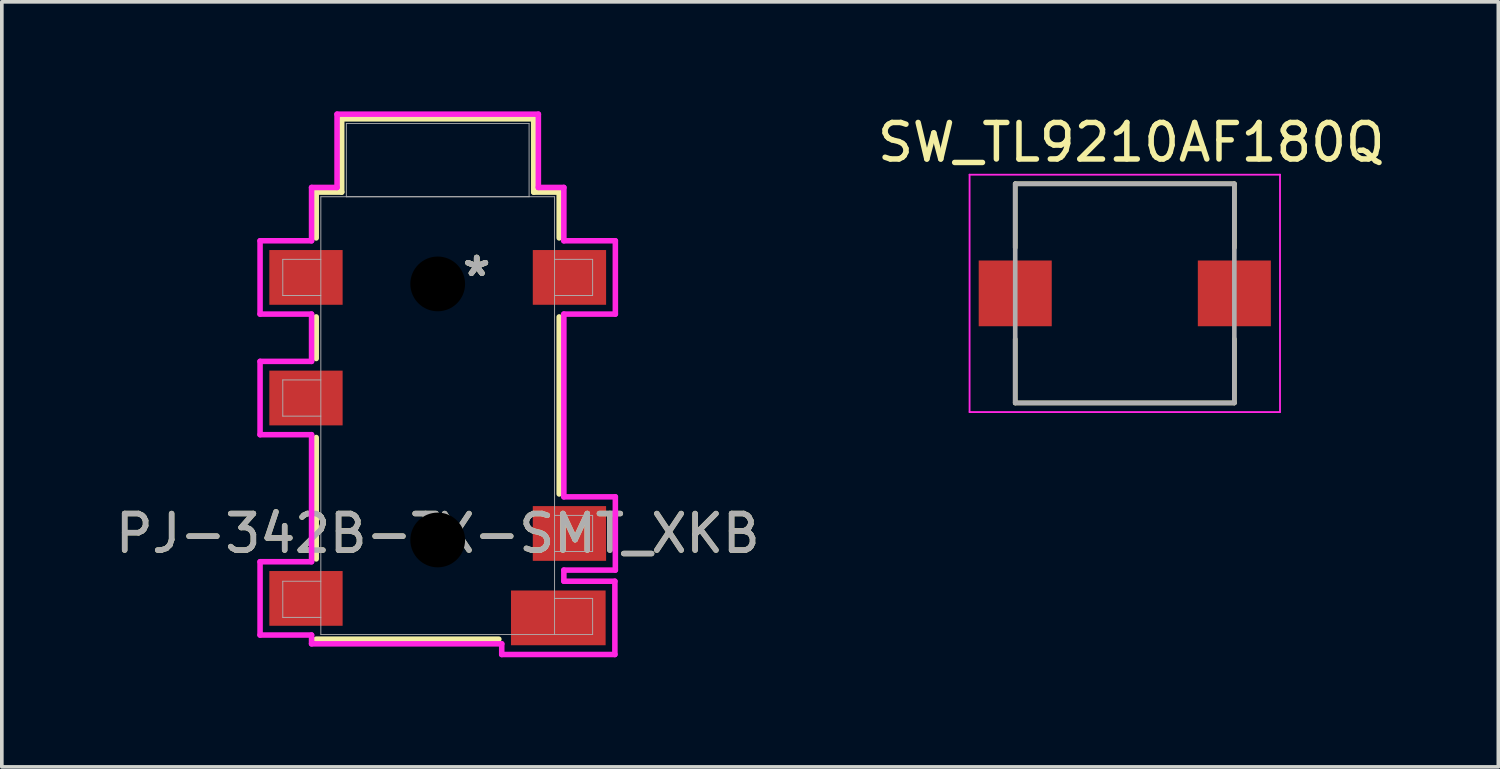
<source format=kicad_pcb>
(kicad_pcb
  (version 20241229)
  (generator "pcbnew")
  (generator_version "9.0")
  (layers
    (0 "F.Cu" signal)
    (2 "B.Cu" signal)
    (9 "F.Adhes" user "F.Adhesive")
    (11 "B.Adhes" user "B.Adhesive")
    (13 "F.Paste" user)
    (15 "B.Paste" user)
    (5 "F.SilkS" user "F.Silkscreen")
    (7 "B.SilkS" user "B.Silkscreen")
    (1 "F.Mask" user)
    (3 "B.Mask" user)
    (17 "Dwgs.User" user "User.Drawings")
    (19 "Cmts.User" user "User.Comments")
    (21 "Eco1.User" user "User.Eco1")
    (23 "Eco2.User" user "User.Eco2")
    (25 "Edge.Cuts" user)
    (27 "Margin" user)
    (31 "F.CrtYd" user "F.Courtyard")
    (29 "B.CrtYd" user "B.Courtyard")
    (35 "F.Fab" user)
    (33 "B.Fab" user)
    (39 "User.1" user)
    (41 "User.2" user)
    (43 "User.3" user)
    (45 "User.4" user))
  (footprint "PJ-342B-TX-SMT_XKB"
    (layer "F.Cu")
    (at 8.935 8.331)
    (property "Reference" "PJ-342B-TX-SMT_XKB" (at 0 3.226 0) (unlocked yes) (layer "F.SilkS") (effects (font (size 1 1) (thickness 0.15))))
    (attr smd)
    (fp_line (start -3.327 -6.121) (end -2.629 -6.121) (stroke (width 0.152) (type solid)) (layer "F.SilkS"))
    (fp_line (start -3.327 -4.867) (end -3.327 -6.121) (stroke (width 0.152) (type solid)) (layer "F.SilkS"))
    (fp_line (start -3.327 -1.565) (end -3.327 -2.703) (stroke (width 0.152) (type solid)) (layer "F.SilkS"))
    (fp_line (start -3.327 3.922) (end -3.327 0.599) (stroke (width 0.152) (type solid)) (layer "F.SilkS"))
    (fp_line (start -2.629 -8.128) (end 2.629 -8.128) (stroke (width 0.152) (type solid)) (layer "F.SilkS"))
    (fp_line (start -2.629 -6.121) (end -2.629 -8.128) (stroke (width 0.152) (type solid)) (layer "F.SilkS"))
    (fp_line (start 1.674 6.121) (end -3.327 6.121) (stroke (width 0.152) (type solid)) (layer "F.SilkS"))
    (fp_line (start 2.629 -8.128) (end 2.629 -6.121) (stroke (width 0.152) (type solid)) (layer "F.SilkS"))
    (fp_line (start 2.629 -6.121) (end 3.327 -6.121) (stroke (width 0.152) (type solid)) (layer "F.SilkS"))
    (fp_line (start 3.327 -6.121) (end 3.327 -4.867) (stroke (width 0.152) (type solid)) (layer "F.SilkS"))
    (fp_line (start 3.327 -2.703) (end 3.327 2.144) (stroke (width 0.152) (type solid)) (layer "F.SilkS"))
    (fp_line (start -4.864 -4.788) (end -4.864 -2.781) (stroke (width 0.152) (type solid)) (layer "F.CrtYd"))
    (fp_line (start -4.864 -2.781) (end -3.454 -2.781) (stroke (width 0.152) (type solid)) (layer "F.CrtYd"))
    (fp_line (start -4.864 -1.486) (end -4.864 0.521) (stroke (width 0.152) (type solid)) (layer "F.CrtYd"))
    (fp_line (start -4.864 0.521) (end -3.454 0.521) (stroke (width 0.152) (type solid)) (layer "F.CrtYd"))
    (fp_line (start -4.864 4) (end -4.864 6.007) (stroke (width 0.152) (type solid)) (layer "F.CrtYd"))
    (fp_line (start -4.864 6.007) (end -3.454 6.007) (stroke (width 0.152) (type solid)) (layer "F.CrtYd"))
    (fp_line (start -3.454 -6.248) (end -3.454 -4.788) (stroke (width 0.152) (type solid)) (layer "F.CrtYd"))
    (fp_line (start -3.454 -4.788) (end -4.864 -4.788) (stroke (width 0.152) (type solid)) (layer "F.CrtYd"))
    (fp_line (start -3.454 -2.781) (end -3.454 -1.486) (stroke (width 0.152) (type solid)) (layer "F.CrtYd"))
    (fp_line (start -3.454 -1.486) (end -4.864 -1.486) (stroke (width 0.152) (type solid)) (layer "F.CrtYd"))
    (fp_line (start -3.454 0.521) (end -3.454 4) (stroke (width 0.152) (type solid)) (layer "F.CrtYd"))
    (fp_line (start -3.454 4) (end -4.864 4) (stroke (width 0.152) (type solid)) (layer "F.CrtYd"))
    (fp_line (start -3.454 6.007) (end -3.454 6.248) (stroke (width 0.152) (type solid)) (layer "F.CrtYd"))
    (fp_line (start -3.454 6.248) (end 1.753 6.248) (stroke (width 0.152) (type solid)) (layer "F.CrtYd"))
    (fp_line (start -2.756 -8.255) (end -2.756 -6.248) (stroke (width 0.152) (type solid)) (layer "F.CrtYd"))
    (fp_line (start -2.756 -6.248) (end -3.454 -6.248) (stroke (width 0.152) (type solid)) (layer "F.CrtYd"))
    (fp_line (start 1.753 6.248) (end 1.753 6.54) (stroke (width 0.152) (type solid)) (layer "F.CrtYd"))
    (fp_line (start 1.753 6.54) (end 4.851 6.54) (stroke (width 0.152) (type solid)) (layer "F.CrtYd"))
    (fp_line (start 2.756 -8.255) (end -2.756 -8.255) (stroke (width 0.152) (type solid)) (layer "F.CrtYd"))
    (fp_line (start 2.756 -6.248) (end 2.756 -8.255) (stroke (width 0.152) (type solid)) (layer "F.CrtYd"))
    (fp_line (start 3.454 -6.248) (end 2.756 -6.248) (stroke (width 0.152) (type solid)) (layer "F.CrtYd"))
    (fp_line (start 3.454 -4.788) (end 3.454 -6.248) (stroke (width 0.152) (type solid)) (layer "F.CrtYd"))
    (fp_line (start 3.454 -2.781) (end 4.864 -2.781) (stroke (width 0.152) (type solid)) (layer "F.CrtYd"))
    (fp_line (start 3.454 2.223) (end 3.454 -2.781) (stroke (width 0.152) (type solid)) (layer "F.CrtYd"))
    (fp_line (start 3.454 4.229) (end 4.864 4.229) (stroke (width 0.152) (type solid)) (layer "F.CrtYd"))
    (fp_line (start 3.454 4.534) (end 3.454 4.229) (stroke (width 0.152) (type solid)) (layer "F.CrtYd"))
    (fp_line (start 4.851 4.534) (end 3.454 4.534) (stroke (width 0.152) (type solid)) (layer "F.CrtYd"))
    (fp_line (start 4.851 6.54) (end 4.851 4.534) (stroke (width 0.152) (type solid)) (layer "F.CrtYd"))
    (fp_line (start 4.864 -4.788) (end 3.454 -4.788) (stroke (width 0.152) (type solid)) (layer "F.CrtYd"))
    (fp_line (start 4.864 -2.781) (end 4.864 -4.788) (stroke (width 0.152) (type solid)) (layer "F.CrtYd"))
    (fp_line (start 4.864 2.223) (end 3.454 2.223) (stroke (width 0.152) (type solid)) (layer "F.CrtYd"))
    (fp_line (start 4.864 4.229) (end 4.864 2.223) (stroke (width 0.152) (type solid)) (layer "F.CrtYd"))
    (fp_line (start -4.242 -4.28) (end -4.242 -3.289) (stroke (width 0.025) (type solid)) (layer "F.Fab"))
    (fp_line (start -4.242 -3.289) (end -3.2 -3.289) (stroke (width 0.025) (type solid)) (layer "F.Fab"))
    (fp_line (start -4.242 -0.978) (end -4.242 0.013) (stroke (width 0.025) (type solid)) (layer "F.Fab"))
    (fp_line (start -4.242 0.013) (end -3.2 0.013) (stroke (width 0.025) (type solid)) (layer "F.Fab"))
    (fp_line (start -4.242 4.534) (end -3.2 4.534) (stroke (width 0.025) (type solid)) (layer "F.Fab"))
    (fp_line (start -4.242 5.524) (end -4.242 4.534) (stroke (width 0.025) (type solid)) (layer "F.Fab"))
    (fp_line (start -3.2 -5.994) (end -3.2 5.994) (stroke (width 0.025) (type solid)) (layer "F.Fab"))
    (fp_line (start -3.2 -4.28) (end -4.242 -4.28) (stroke (width 0.025) (type solid)) (layer "F.Fab"))
    (fp_line (start -3.2 -0.978) (end -4.242 -0.978) (stroke (width 0.025) (type solid)) (layer "F.Fab"))
    (fp_line (start -3.2 5.524) (end -4.242 5.524) (stroke (width 0.025) (type solid)) (layer "F.Fab"))
    (fp_line (start -3.2 5.994) (end 3.2 5.994) (stroke (width 0.025) (type solid)) (layer "F.Fab"))
    (fp_line (start -2.502 -8.001) (end -2.502 -5.994) (stroke (width 0.025) (type solid)) (layer "F.Fab"))
    (fp_line (start -2.502 -5.994) (end 2.502 -5.994) (stroke (width 0.025) (type solid)) (layer "F.Fab"))
    (fp_line (start 2.502 -8.001) (end -2.502 -8.001) (stroke (width 0.025) (type solid)) (layer "F.Fab"))
    (fp_line (start 2.502 -5.994) (end 2.502 -8.001) (stroke (width 0.025) (type solid)) (layer "F.Fab"))
    (fp_line (start 3.2 -5.994) (end -3.2 -5.994) (stroke (width 0.025) (type solid)) (layer "F.Fab"))
    (fp_line (start 3.2 -4.28) (end 4.242 -4.28) (stroke (width 0.025) (type solid)) (layer "F.Fab"))
    (fp_line (start 3.2 2.731) (end 4.242 2.731) (stroke (width 0.025) (type solid)) (layer "F.Fab"))
    (fp_line (start 3.2 5.994) (end 3.2 -5.994) (stroke (width 0.025) (type solid)) (layer "F.Fab"))
    (fp_line (start 3.2 5.994) (end 4.242 5.994) (stroke (width 0.025) (type solid)) (layer "F.Fab"))
    (fp_line (start 4.242 -4.28) (end 4.242 -3.289) (stroke (width 0.025) (type solid)) (layer "F.Fab"))
    (fp_line (start 4.242 -3.289) (end 3.2 -3.289) (stroke (width 0.025) (type solid)) (layer "F.Fab"))
    (fp_line (start 4.242 2.731) (end 4.242 3.721) (stroke (width 0.025) (type solid)) (layer "F.Fab"))
    (fp_line (start 4.242 3.721) (end 3.2 3.721) (stroke (width 0.025) (type solid)) (layer "F.Fab"))
    (fp_line (start 4.242 5.004) (end 3.2 5.004) (stroke (width 0.025) (type solid)) (layer "F.Fab"))
    (fp_line (start 4.242 5.994) (end 4.242 5.004) (stroke (width 0.025) (type solid)) (layer "F.Fab"))
    (fp_text user "*" (at 1.067 -3.785 0) (layer "F.SilkS") (effects (font (size 1 1) (thickness 0.15))))
    (fp_text user "*" (at 1.067 -3.785 0) (unlocked yes) (layer "F.SilkS") (effects (font (size 1 1) (thickness 0.15))))
    (fp_text user "*" (at 1.067 -3.785 0) (layer "F.Fab") (effects (font (size 1 1) (thickness 0.15))))
    (fp_text user "*" (at 1.067 -3.785 0) (unlocked yes) (layer "F.Fab") (effects (font (size 1 1) (thickness 0.15))))
    (fp_text user "${REFERENCE}" (at 0 3.226 0) (unlocked yes) (layer "F.Fab") (effects (font (size 1 1) (thickness 0.15))))
    (pad "" np_thru_hole circle (at 0 -3.607) (size 1.499 1.499) (drill 1.499) (layers))
    (pad "" np_thru_hole circle (at 0 3.404) (size 1.499 1.499) (drill 1.499) (layers))
    (pad "2" smd rect (at 3.607 -3.785) (size 2.007 1.499) (layers "F.Cu" "F.Mask" "F.Paste"))
    (pad "3" smd rect (at 3.607 3.226) (size 2.007 1.499) (layers "F.Cu" "F.Mask" "F.Paste"))
    (pad "4" smd rect (at 3.302 5.537) (size 2.591 1.499) (layers "F.Cu" "F.Mask" "F.Paste"))
    (pad "5" smd rect (at -3.607 -3.785) (size 2.007 1.499) (layers "F.Cu" "F.Mask" "F.Paste"))
    (pad "6" smd rect (at -3.607 -0.483) (size 2.007 1.499) (layers "F.Cu" "F.Mask" "F.Paste"))
    (pad "7" smd rect (at -3.607 5.004) (size 2.007 1.499) (layers "F.Cu" "F.Mask" "F.Paste")))
  (footprint "SW_TL9210AF180Q"
    (layer "F.Cu")
    (at 27.748 4.983)
    (property "Reference" "SW_TL9210AF180Q" (at 0.175 -4.135 0) (layer "F.SilkS") (effects (font (size 1 1) (thickness 0.15))))
    (attr through_hole)
    (fp_line (start -3 -3) (end 3 -3) (stroke (width 0.127) (type solid)) (layer "F.SilkS"))
    (fp_line (start -3 -1.25) (end -3 -3) (stroke (width 0.127) (type solid)) (layer "F.SilkS"))
    (fp_line (start -3 3) (end -3 1.25) (stroke (width 0.127) (type solid)) (layer "F.SilkS"))
    (fp_line (start 3 -3) (end 3 -1.25) (stroke (width 0.127) (type solid)) (layer "F.SilkS"))
    (fp_line (start 3 1.25) (end 3 3) (stroke (width 0.127) (type solid)) (layer "F.SilkS"))
    (fp_line (start 3 3) (end -3 3) (stroke (width 0.127) (type solid)) (layer "F.SilkS"))
    (fp_line (start -4.25 -3.25) (end -4.25 3.25) (stroke (width 0.05) (type solid)) (layer "F.CrtYd"))
    (fp_line (start -4.25 3.25) (end 4.25 3.25) (stroke (width 0.05) (type solid)) (layer "F.CrtYd"))
    (fp_line (start 4.25 -3.25) (end -4.25 -3.25) (stroke (width 0.05) (type solid)) (layer "F.CrtYd"))
    (fp_line (start 4.25 3.25) (end 4.25 -3.25) (stroke (width 0.05) (type solid)) (layer "F.CrtYd"))
    (fp_line (start -3 -3) (end 3 -3) (stroke (width 0.127) (type solid)) (layer "F.Fab"))
    (fp_line (start -3 3) (end -3 -3) (stroke (width 0.127) (type solid)) (layer "F.Fab"))
    (fp_line (start 3 -3) (end 3 3) (stroke (width 0.127) (type solid)) (layer "F.Fab"))
    (fp_line (start 3 3) (end -3 3) (stroke (width 0.127) (type solid)) (layer "F.Fab"))
    (pad "1" smd rect (at -3 0) (size 2 1.8) (layers "F.Cu" "F.Mask" "F.Paste"))
    (pad "2" smd rect (at 3 0) (size 2 1.8) (layers "F.Cu" "F.Mask" "F.Paste")))
  (gr_rect
    (start -3 -3)
    (end 37.976 17.948)
    (stroke (width 0.1) (type default))
    (fill no)
    (layer "Edge.Cuts")))
</source>
